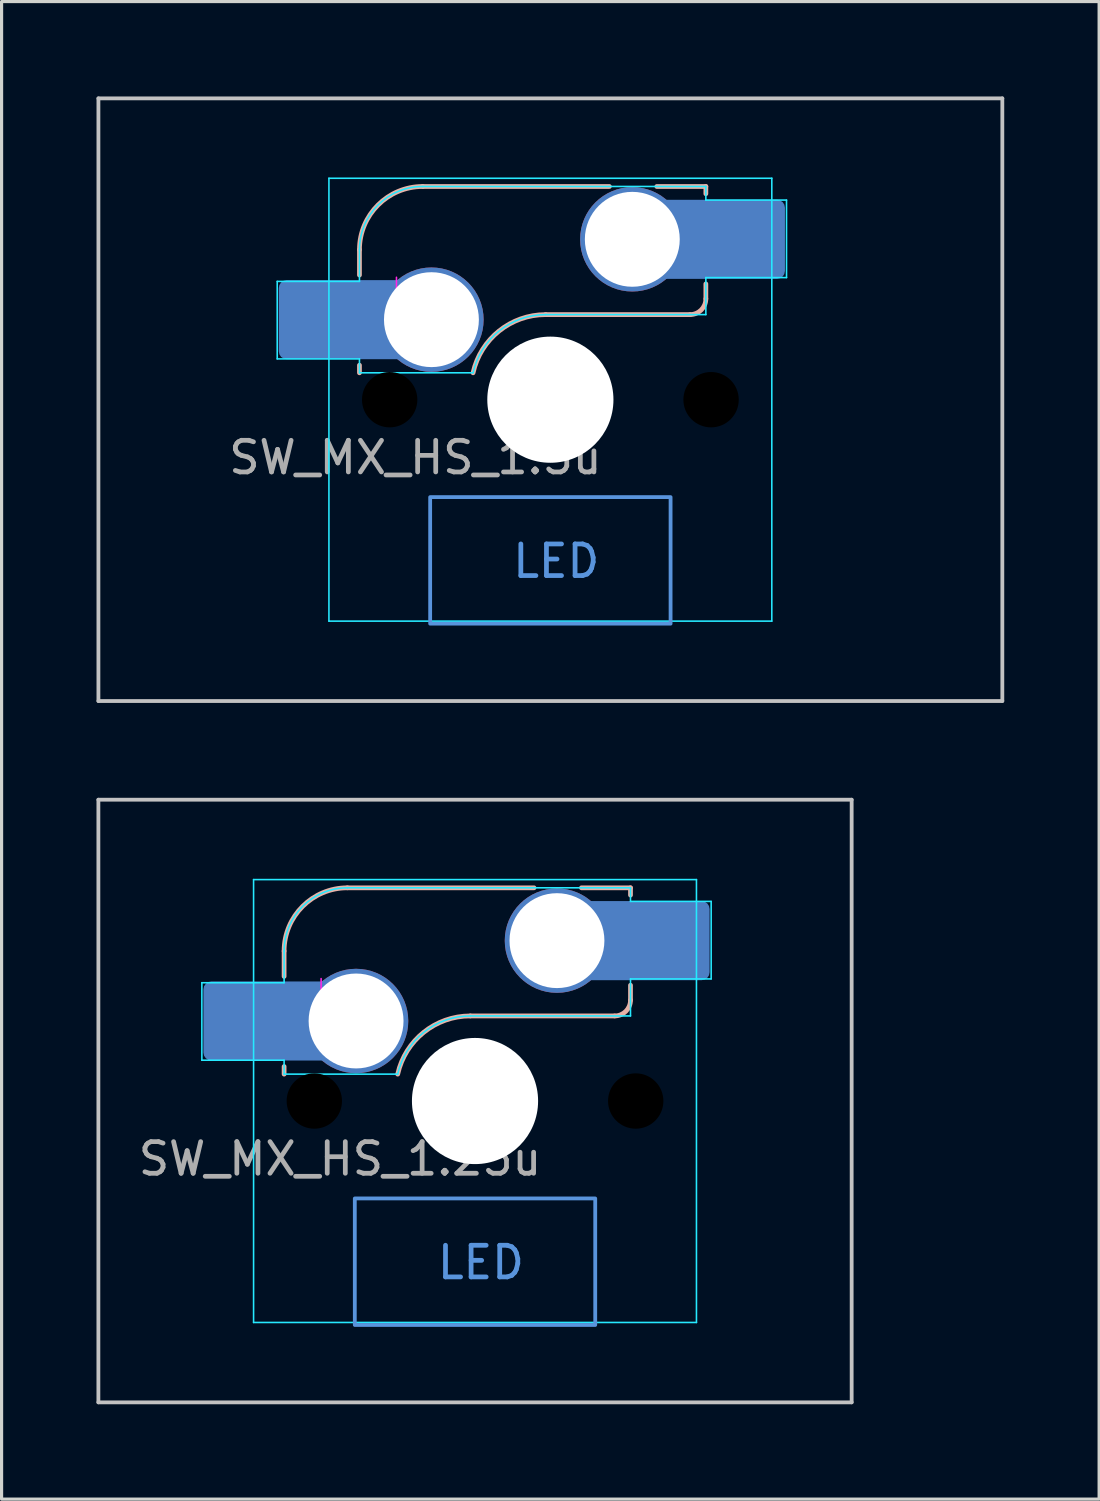
<source format=kicad_pcb>
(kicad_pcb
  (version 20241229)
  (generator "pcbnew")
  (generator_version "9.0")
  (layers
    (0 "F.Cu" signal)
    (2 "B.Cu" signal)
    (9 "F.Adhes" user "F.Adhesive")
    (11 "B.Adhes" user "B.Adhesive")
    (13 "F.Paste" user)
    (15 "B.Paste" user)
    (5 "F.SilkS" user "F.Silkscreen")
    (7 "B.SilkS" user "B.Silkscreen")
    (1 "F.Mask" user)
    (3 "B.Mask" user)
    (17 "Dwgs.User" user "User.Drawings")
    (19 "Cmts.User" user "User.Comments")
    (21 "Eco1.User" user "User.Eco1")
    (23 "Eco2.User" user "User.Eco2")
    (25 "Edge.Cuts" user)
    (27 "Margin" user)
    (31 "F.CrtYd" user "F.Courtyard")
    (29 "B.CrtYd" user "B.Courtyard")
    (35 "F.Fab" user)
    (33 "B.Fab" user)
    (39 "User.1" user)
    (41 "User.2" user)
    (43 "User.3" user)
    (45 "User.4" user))
  (footprint "SW_MX_HS_1.5u"
    (layer "F.Cu")
    (at 14.348 9.585)
    (property "Reference" "SW_MX_HS_1.5u" (at -4.267 1.829 0) (layer "F.Fab") (effects (font (size 1 1) (thickness 0.15))))
    (attr smd)
    (fp_line (start -6.035 -3.94) (end -6.035 -4.74) (stroke (width 0.15) (type solid)) (layer "B.SilkS"))
    (fp_line (start -6.035 -1.09) (end -6.035 -0.85) (stroke (width 0.15) (type solid)) (layer "B.SilkS"))
    (fp_line (start -4.035 -6.74) (end 1.865 -6.74) (stroke (width 0.15) (type solid)) (layer "B.SilkS"))
    (fp_line (start 3.365 -6.74) (end 4.915 -6.74) (stroke (width 0.15) (type solid)) (layer "B.SilkS"))
    (fp_line (start 4.415 -2.69) (end -0.15 -2.69) (stroke (width 0.15) (type solid)) (layer "B.SilkS"))
    (fp_line (start 4.915 -6.74) (end 4.915 -6.51) (stroke (width 0.15) (type solid)) (layer "B.SilkS"))
    (fp_line (start 4.915 -3.66) (end 4.915 -3.19) (stroke (width 0.15) (type solid)) (layer "B.SilkS"))
    (fp_arc (start -6.035 -4.74) (mid -5.449216 -6.154216) (end -4.035 -6.74) (stroke (width 0.15) (type solid)) (layer "B.SilkS"))
    (fp_arc (start -2.444146 -0.85) (mid -1.620517 -2.173417) (end -0.149824 -2.69) (stroke (width 0.15) (type solid)) (layer "B.SilkS"))
    (fp_arc (start 4.915 -3.19) (mid 4.768553 -2.836447) (end 4.415 -2.69) (stroke (width 0.15) (type solid)) (layer "B.SilkS"))
    (fp_line (start -14.287 -9.525) (end 14.287 -9.525) (stroke (width 0.12) (type solid)) (layer "Dwgs.User"))
    (fp_line (start -14.287 9.525) (end -14.287 -9.525) (stroke (width 0.12) (type solid)) (layer "Dwgs.User"))
    (fp_line (start 14.287 -9.525) (end 14.287 9.525) (stroke (width 0.12) (type solid)) (layer "Dwgs.User"))
    (fp_line (start 14.287 9.525) (end -14.287 9.525) (stroke (width 0.12) (type solid)) (layer "Dwgs.User"))
    (fp_rect (start -3.8 3.08) (end 3.8 7.08) (stroke (width 0.12) (type default)) (fill no) (layer "Cmts.User"))
    (fp_line (start -7 -6.5) (end -7 6.5) (stroke (width 0.05) (type solid)) (layer "Eco2.User"))
    (fp_line (start -6.5 7) (end 6.5 7) (stroke (width 0.05) (type solid)) (layer "Eco2.User"))
    (fp_line (start -6.45 -6.99) (end 6.55 -6.99) (stroke (width 0.05) (type solid)) (layer "Eco2.User"))
    (fp_line (start 6.5 -7) (end -6.5 -7) (stroke (width 0.05) (type solid)) (layer "Eco2.User"))
    (fp_line (start 7 6.5) (end 7 -6.5) (stroke (width 0.05) (type solid)) (layer "Eco2.User"))
    (fp_arc (start -7 -6.5) (mid -6.853553 -6.853553) (end -6.5 -7) (stroke (width 0.05) (type solid)) (layer "Eco2.User"))
    (fp_arc (start -6.949824 -6.48978) (mid -6.803377 -6.843333) (end -6.449824 -6.98978) (stroke (width 0.05) (type solid)) (layer "Eco2.User"))
    (fp_arc (start -6.497236 6.998884) (mid -6.850789 6.852437) (end -6.997236 6.498884) (stroke (width 0.05) (type solid)) (layer "Eco2.User"))
    (fp_arc (start 6.5 -7) (mid 6.853553 -6.853553) (end 7 -6.5) (stroke (width 0.05) (type solid)) (layer "Eco2.User"))
    (fp_arc (start 6.550176 -6.98978) (mid 6.903729 -6.843333) (end 7.050176 -6.48978) (stroke (width 0.05) (type solid)) (layer "Eco2.User"))
    (fp_arc (start 7 6.5) (mid 6.853553 6.853553) (end 6.5 7) (stroke (width 0.05) (type solid)) (layer "Eco2.User"))
    (fp_line (start -8.635 -3.74) (end -8.635 -1.29) (stroke (width 0.05) (type solid)) (layer "B.CrtYd"))
    (fp_line (start -8.635 -1.29) (end -6.035 -1.29) (stroke (width 0.05) (type solid)) (layer "B.CrtYd"))
    (fp_line (start -7 -7) (end 7 -7) (stroke (width 0.05) (type solid)) (layer "B.CrtYd"))
    (fp_line (start -7 7) (end -7 -7) (stroke (width 0.05) (type solid)) (layer "B.CrtYd"))
    (fp_line (start -6.035 -3.74) (end -8.635 -3.74) (stroke (width 0.05) (type solid)) (layer "B.CrtYd"))
    (fp_line (start -6.035 -3.74) (end -6.035 -4.74) (stroke (width 0.05) (type solid)) (layer "B.CrtYd"))
    (fp_line (start -6.035 -1.29) (end -6.035 -0.85) (stroke (width 0.05) (type solid)) (layer "B.CrtYd"))
    (fp_line (start -6.035 -0.85) (end -2.444 -0.85) (stroke (width 0.05) (type solid)) (layer "B.CrtYd"))
    (fp_line (start -4.035 -6.74) (end 4.915 -6.74) (stroke (width 0.05) (type solid)) (layer "B.CrtYd"))
    (fp_line (start 4.915 -6.74) (end 4.915 -6.31) (stroke (width 0.05) (type solid)) (layer "B.CrtYd"))
    (fp_line (start 4.915 -3.86) (end 4.915 -2.69) (stroke (width 0.05) (type solid)) (layer "B.CrtYd"))
    (fp_line (start 4.915 -3.86) (end 7.465 -3.86) (stroke (width 0.05) (type solid)) (layer "B.CrtYd"))
    (fp_line (start 4.915 -2.69) (end -0.15 -2.69) (stroke (width 0.05) (type solid)) (layer "B.CrtYd"))
    (fp_line (start 7 -7) (end 7 7) (stroke (width 0.05) (type solid)) (layer "B.CrtYd"))
    (fp_line (start 7 7) (end -7 7) (stroke (width 0.05) (type solid)) (layer "B.CrtYd"))
    (fp_line (start 7.465 -6.31) (end 4.915 -6.31) (stroke (width 0.05) (type solid)) (layer "B.CrtYd"))
    (fp_line (start 7.465 -3.86) (end 7.465 -6.31) (stroke (width 0.05) (type solid)) (layer "B.CrtYd"))
    (fp_arc (start -6.035 -4.74) (mid -5.449216 -6.154216) (end -4.035 -6.74) (stroke (width 0.05) (type solid)) (layer "B.CrtYd"))
    (fp_arc (start -2.444146 -0.85) (mid -1.620326 -2.173179) (end -0.149824 -2.69) (stroke (width 0.05) (type solid)) (layer "B.CrtYd"))
    (fp_line (start -4.865 -3.87) (end -4.865 -2.7) (stroke (width 0.05) (type solid)) (layer "F.CrtYd"))
    (fp_text user "LED" (at -1.27 5.69 0) (unlocked yes) (layer "Cmts.User") (effects (font (size 1 1) (thickness 0.15)) (justify left bottom)))
    (pad "" np_thru_hole circle (at -5.08 0) (size 1.75 1.75) (drill 1.75) (layers "*.Mask"))
    (pad "" np_thru_hole circle (at 0 0) (size 3.988 3.988) (drill 3.988) (layers "*.Cu" "*.Mask"))
    (pad "" np_thru_hole circle (at 5.08 0) (size 1.75 1.75) (drill 1.75) (layers "*.Mask"))
    (pad "1" thru_hole circle (at 2.59 -5.07) (size 3.3 3.3) (drill 3) (layers "*.Cu" "*.Mask"))
    (pad "1" smd roundrect (at 5.315 -5.07) (size 4.2 2.5) (layers "B.Cu" "B.Mask" "B.Paste") (roundrect_rratio 0.1))
    (pad "2" smd roundrect (at -6.485 -2.53) (size 4.2 2.5) (layers "B.Cu" "B.Mask" "B.Paste") (roundrect_rratio 0.1))
    (pad "2" thru_hole circle (at -3.76 -2.53) (size 3.3 3.3) (drill 3) (layers "*.Cu" "*.Mask")))
  (footprint "SW_MX_HS_1.25u"
    (layer "F.Cu")
    (at 11.966 31.755)
    (property "Reference" "SW_MX_HS_1.25u" (at -4.267 1.829 0) (layer "F.Fab") (effects (font (size 1 1) (thickness 0.15))))
    (attr smd)
    (fp_line (start -6.035 -3.94) (end -6.035 -4.74) (stroke (width 0.15) (type solid)) (layer "B.SilkS"))
    (fp_line (start -6.035 -1.09) (end -6.035 -0.85) (stroke (width 0.15) (type solid)) (layer "B.SilkS"))
    (fp_line (start -4.035 -6.74) (end 1.865 -6.74) (stroke (width 0.15) (type solid)) (layer "B.SilkS"))
    (fp_line (start 3.365 -6.74) (end 4.915 -6.74) (stroke (width 0.15) (type solid)) (layer "B.SilkS"))
    (fp_line (start 4.415 -2.69) (end -0.15 -2.69) (stroke (width 0.15) (type solid)) (layer "B.SilkS"))
    (fp_line (start 4.915 -6.74) (end 4.915 -6.51) (stroke (width 0.15) (type solid)) (layer "B.SilkS"))
    (fp_line (start 4.915 -3.66) (end 4.915 -3.19) (stroke (width 0.15) (type solid)) (layer "B.SilkS"))
    (fp_arc (start -6.035 -4.74) (mid -5.449216 -6.154216) (end -4.035 -6.74) (stroke (width 0.15) (type solid)) (layer "B.SilkS"))
    (fp_arc (start -2.444146 -0.85) (mid -1.620517 -2.173417) (end -0.149824 -2.69) (stroke (width 0.15) (type solid)) (layer "B.SilkS"))
    (fp_arc (start 4.915 -3.19) (mid 4.768553 -2.836447) (end 4.415 -2.69) (stroke (width 0.15) (type solid)) (layer "B.SilkS"))
    (fp_line (start -11.906 -9.525) (end -11.906 9.525) (stroke (width 0.12) (type solid)) (layer "Dwgs.User"))
    (fp_line (start -11.906 9.525) (end 11.906 9.525) (stroke (width 0.12) (type solid)) (layer "Dwgs.User"))
    (fp_line (start 11.906 -9.525) (end -11.906 -9.525) (stroke (width 0.12) (type solid)) (layer "Dwgs.User"))
    (fp_line (start 11.906 9.525) (end 11.906 -9.525) (stroke (width 0.12) (type solid)) (layer "Dwgs.User"))
    (fp_rect (start -3.8 3.08) (end 3.8 7.08) (stroke (width 0.12) (type default)) (fill no) (layer "Cmts.User"))
    (fp_line (start -7 -6.5) (end -7 6.5) (stroke (width 0.05) (type solid)) (layer "Eco2.User"))
    (fp_line (start -6.5 7) (end 6.5 7) (stroke (width 0.05) (type solid)) (layer "Eco2.User"))
    (fp_line (start -6.45 -6.99) (end 6.55 -6.99) (stroke (width 0.05) (type solid)) (layer "Eco2.User"))
    (fp_line (start 6.5 -7) (end -6.5 -7) (stroke (width 0.05) (type solid)) (layer "Eco2.User"))
    (fp_line (start 7 6.5) (end 7 -6.5) (stroke (width 0.05) (type solid)) (layer "Eco2.User"))
    (fp_arc (start -7 -6.5) (mid -6.853553 -6.853553) (end -6.5 -7) (stroke (width 0.05) (type solid)) (layer "Eco2.User"))
    (fp_arc (start -6.949824 -6.48978) (mid -6.803377 -6.843333) (end -6.449824 -6.98978) (stroke (width 0.05) (type solid)) (layer "Eco2.User"))
    (fp_arc (start -6.497236 6.998884) (mid -6.850789 6.852437) (end -6.997236 6.498884) (stroke (width 0.05) (type solid)) (layer "Eco2.User"))
    (fp_arc (start 6.5 -7) (mid 6.853553 -6.853553) (end 7 -6.5) (stroke (width 0.05) (type solid)) (layer "Eco2.User"))
    (fp_arc (start 6.550176 -6.98978) (mid 6.903729 -6.843333) (end 7.050176 -6.48978) (stroke (width 0.05) (type solid)) (layer "Eco2.User"))
    (fp_arc (start 7 6.5) (mid 6.853553 6.853553) (end 6.5 7) (stroke (width 0.05) (type solid)) (layer "Eco2.User"))
    (fp_line (start -8.635 -3.74) (end -8.635 -1.29) (stroke (width 0.05) (type solid)) (layer "B.CrtYd"))
    (fp_line (start -8.635 -1.29) (end -6.035 -1.29) (stroke (width 0.05) (type solid)) (layer "B.CrtYd"))
    (fp_line (start -7 -7) (end 7 -7) (stroke (width 0.05) (type solid)) (layer "B.CrtYd"))
    (fp_line (start -7 7) (end -7 -7) (stroke (width 0.05) (type solid)) (layer "B.CrtYd"))
    (fp_line (start -6.035 -3.74) (end -8.635 -3.74) (stroke (width 0.05) (type solid)) (layer "B.CrtYd"))
    (fp_line (start -6.035 -3.74) (end -6.035 -4.74) (stroke (width 0.05) (type solid)) (layer "B.CrtYd"))
    (fp_line (start -6.035 -1.29) (end -6.035 -0.85) (stroke (width 0.05) (type solid)) (layer "B.CrtYd"))
    (fp_line (start -6.035 -0.85) (end -2.444 -0.85) (stroke (width 0.05) (type solid)) (layer "B.CrtYd"))
    (fp_line (start -4.035 -6.74) (end 4.915 -6.74) (stroke (width 0.05) (type solid)) (layer "B.CrtYd"))
    (fp_line (start 4.915 -6.74) (end 4.915 -6.31) (stroke (width 0.05) (type solid)) (layer "B.CrtYd"))
    (fp_line (start 4.915 -3.86) (end 4.915 -2.69) (stroke (width 0.05) (type solid)) (layer "B.CrtYd"))
    (fp_line (start 4.915 -3.86) (end 7.465 -3.86) (stroke (width 0.05) (type solid)) (layer "B.CrtYd"))
    (fp_line (start 4.915 -2.69) (end -0.15 -2.69) (stroke (width 0.05) (type solid)) (layer "B.CrtYd"))
    (fp_line (start 7 -7) (end 7 7) (stroke (width 0.05) (type solid)) (layer "B.CrtYd"))
    (fp_line (start 7 7) (end -7 7) (stroke (width 0.05) (type solid)) (layer "B.CrtYd"))
    (fp_line (start 7.465 -6.31) (end 4.915 -6.31) (stroke (width 0.05) (type solid)) (layer "B.CrtYd"))
    (fp_line (start 7.465 -3.86) (end 7.465 -6.31) (stroke (width 0.05) (type solid)) (layer "B.CrtYd"))
    (fp_arc (start -6.035 -4.74) (mid -5.449216 -6.154216) (end -4.035 -6.74) (stroke (width 0.05) (type solid)) (layer "B.CrtYd"))
    (fp_arc (start -2.444146 -0.85) (mid -1.620326 -2.173179) (end -0.149824 -2.69) (stroke (width 0.05) (type solid)) (layer "B.CrtYd"))
    (fp_line (start -4.865 -3.87) (end -4.865 -2.7) (stroke (width 0.05) (type solid)) (layer "F.CrtYd"))
    (fp_text user "LED" (at -1.27 5.69 0) (unlocked yes) (layer "Cmts.User") (effects (font (size 1 1) (thickness 0.15)) (justify left bottom)))
    (pad "" np_thru_hole circle (at -5.08 0) (size 1.75 1.75) (drill 1.75) (layers "*.Mask"))
    (pad "" np_thru_hole circle (at 0 0) (size 3.988 3.988) (drill 3.988) (layers "*.Cu" "*.Mask"))
    (pad "" np_thru_hole circle (at 5.08 0) (size 1.75 1.75) (drill 1.75) (layers "*.Mask"))
    (pad "1" thru_hole circle (at 2.59 -5.07) (size 3.3 3.3) (drill 3) (layers "*.Cu" "*.Mask"))
    (pad "1" smd roundrect (at 5.315 -5.07) (size 4.2 2.5) (layers "B.Cu" "B.Mask" "B.Paste") (roundrect_rratio 0.1))
    (pad "2" smd roundrect (at -6.485 -2.53) (size 4.2 2.5) (layers "B.Cu" "B.Mask" "B.Paste") (roundrect_rratio 0.1))
    (pad "2" thru_hole circle (at -3.76 -2.53) (size 3.3 3.3) (drill 3) (layers "*.Cu" "*.Mask")))
  (gr_rect
    (start -3 -3)
    (end 31.695 44.34)
    (stroke (width 0.1) (type default))
    (fill no)
    (layer "Edge.Cuts")))
</source>
